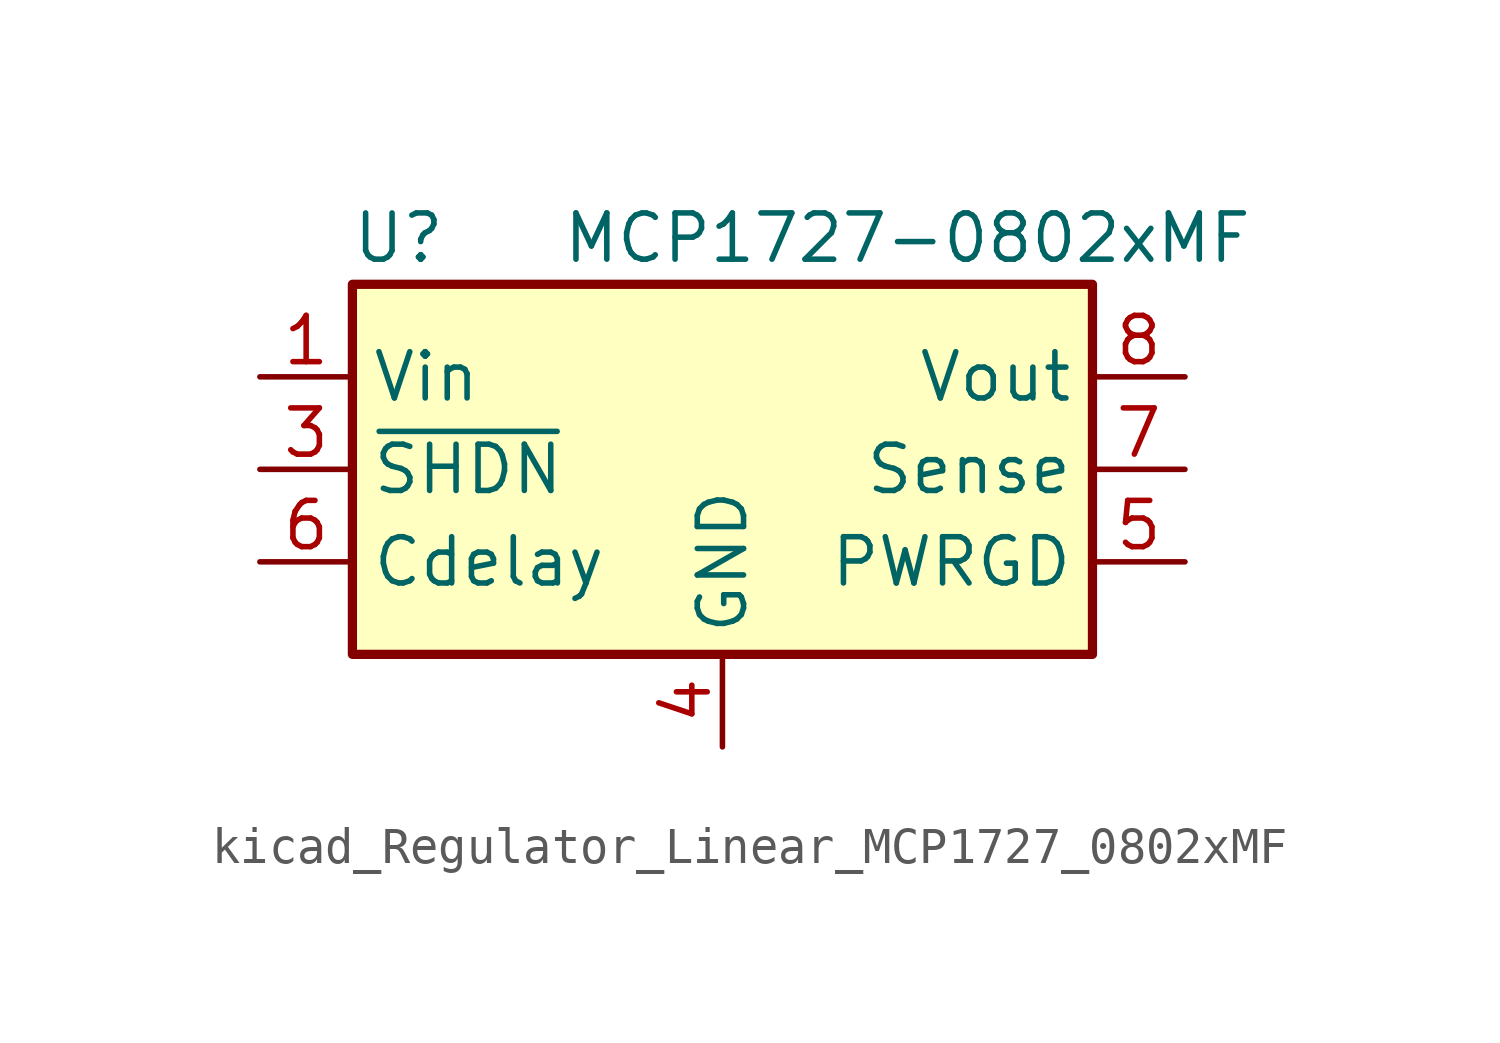
<source format=kicad_sym>
(kicad_symbol_lib
  (version 20220914)
  (generator kicad_symbol_editor)
  (symbol "kicad_Regulator_Linear_MCP1727_0802xMF"
    (property "Reference" "U"
      (at -8.89 6.35 0)
      (effects (font (size 1.27 1.27))))
    (property "Value" "MCP1727-0802xMF"
      (at 5.08 6.35 0)
      (effects (font (size 1.27 1.27))))
    (symbol "kicad_Regulator_Linear_MCP1727_0802xMF_0_0"
      (pin open_collector line (at 12.7 -2.54 180) (length 2.54) (name "PWRGD" (effects (font (size 1.27 1.27)))) (number "5" (effects (font (size 1.27 1.27)))))
      (pin input line (at -12.7 -2.54 0) (length 2.54) (name "Cdelay" (effects (font (size 1.27 1.27)))) (number "6" (effects (font (size 1.27 1.27)))))
      (pin input line (at 12.7 0 180) (length 2.54) (name "Sense" (effects (font (size 1.27 1.27)))) (number "7" (effects (font (size 1.27 1.27)))))
      (pin power_out line (at 12.7 2.54 180) (length 2.54) (name "Vout" (effects (font (size 1.27 1.27)))) (number "8" (effects (font (size 1.27 1.27))))))
    (symbol "kicad_Regulator_Linear_MCP1727_0802xMF_0_1"
      (rectangle (start -10.16 5.08) (end 10.16 -5.08) (stroke (width 0.254) (type default)) (fill (type background))))
    (symbol "kicad_Regulator_Linear_MCP1727_0802xMF_1_1"
      (pin power_in line (at -12.7 2.54 0) (length 2.54) (name "Vin" (effects (font (size 1.27 1.27)))) (number "1" (effects (font (size 1.27 1.27)))))
      (pin passive line (at -12.7 2.54 0) (length 2.54) hide (name "Vin" (effects (font (size 1.27 1.27)))) (number "2" (effects (font (size 1.27 1.27)))))
      (pin input line (at -12.7 0 0) (length 2.54) (name "~{SHDN}" (effects (font (size 1.27 1.27)))) (number "3" (effects (font (size 1.27 1.27)))))
      (pin power_in line (at 0 -7.62 90) (length 2.54) (name "GND" (effects (font (size 1.27 1.27)))) (number "4" (effects (font (size 1.27 1.27)))))
      (pin passive line (at 0 -7.62 90) (length 2.54) hide (name "GND" (effects (font (size 1.27 1.27)))) (number "9" (effects (font (size 1.27 1.27))))))))
</source>
